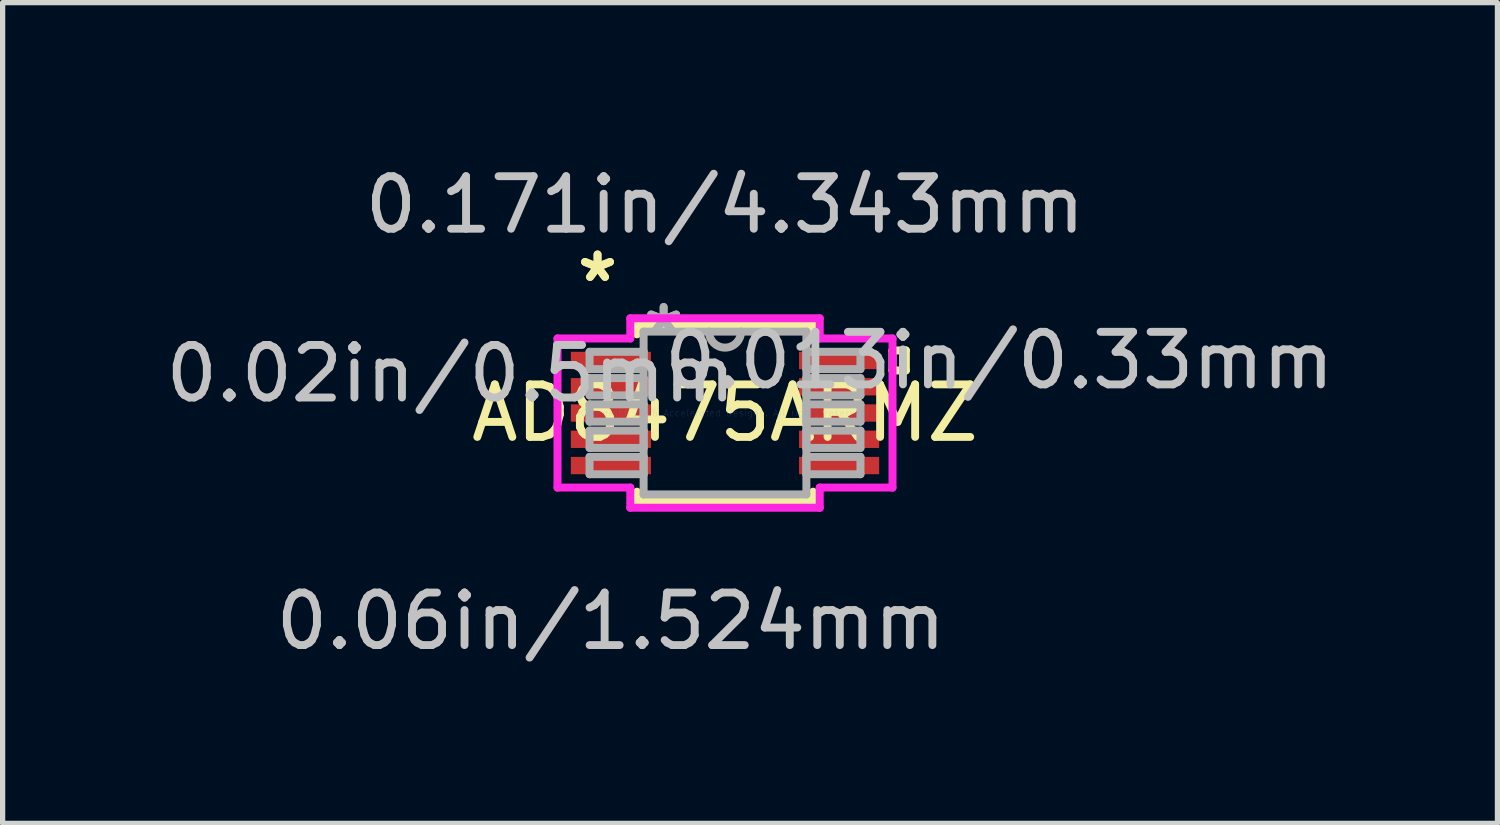
<source format=kicad_pcb>
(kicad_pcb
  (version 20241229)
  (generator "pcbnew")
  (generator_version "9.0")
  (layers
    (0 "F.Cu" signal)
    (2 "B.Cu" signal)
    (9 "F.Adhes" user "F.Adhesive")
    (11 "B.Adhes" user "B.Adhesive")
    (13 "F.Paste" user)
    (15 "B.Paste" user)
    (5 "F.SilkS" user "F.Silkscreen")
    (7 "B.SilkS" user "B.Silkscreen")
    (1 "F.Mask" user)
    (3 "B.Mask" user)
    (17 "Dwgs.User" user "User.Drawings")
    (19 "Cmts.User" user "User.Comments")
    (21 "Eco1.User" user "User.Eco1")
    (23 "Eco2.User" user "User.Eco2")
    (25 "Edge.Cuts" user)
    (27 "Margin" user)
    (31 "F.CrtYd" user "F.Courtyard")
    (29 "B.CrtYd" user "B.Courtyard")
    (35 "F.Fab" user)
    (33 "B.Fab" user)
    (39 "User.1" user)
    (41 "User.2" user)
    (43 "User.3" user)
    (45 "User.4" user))
  (footprint "AD8475ARMZ"
    (layer "F.Cu")
    (at 10.749 4.811)
    (property "Reference" "AD8475ARMZ" (at 0 0 0) (layer "F.SilkS") (effects (font (size 1 1) (thickness 0.15))))
    (attr through_hole)
    (fp_line (start -1.676 -1.676) (end -1.676 -1.498) (stroke (width 0.152) (type solid)) (layer "F.SilkS"))
    (fp_line (start -1.676 1.498) (end -1.676 1.676) (stroke (width 0.152) (type solid)) (layer "F.SilkS"))
    (fp_line (start -1.676 1.676) (end 1.676 1.676) (stroke (width 0.152) (type solid)) (layer "F.SilkS"))
    (fp_line (start 1.676 -1.676) (end -1.676 -1.676) (stroke (width 0.152) (type solid)) (layer "F.SilkS"))
    (fp_line (start 1.676 -1.498) (end 1.676 -1.676) (stroke (width 0.152) (type solid)) (layer "F.SilkS"))
    (fp_line (start 1.676 1.676) (end 1.676 1.498) (stroke (width 0.152) (type solid)) (layer "F.SilkS"))
    (fp_line (start 3.188 -1.191) (end 3.442 -1.191) (stroke (width 0.152) (type solid)) (layer "F.SilkS"))
    (fp_line (start 3.188 -0.81) (end 3.188 -1.191) (stroke (width 0.152) (type solid)) (layer "F.SilkS"))
    (fp_line (start 3.442 -1.191) (end 3.442 -0.81) (stroke (width 0.152) (type solid)) (layer "F.SilkS"))
    (fp_line (start 3.442 -0.81) (end 3.188 -0.81) (stroke (width 0.152) (type solid)) (layer "F.SilkS"))
    (fp_line (start -3.188 -1.419) (end -1.803 -1.419) (stroke (width 0.152) (type solid)) (layer "F.CrtYd"))
    (fp_line (start -3.188 1.419) (end -3.188 -1.419) (stroke (width 0.152) (type solid)) (layer "F.CrtYd"))
    (fp_line (start -1.803 -1.803) (end 1.803 -1.803) (stroke (width 0.152) (type solid)) (layer "F.CrtYd"))
    (fp_line (start -1.803 -1.419) (end -1.803 -1.803) (stroke (width 0.152) (type solid)) (layer "F.CrtYd"))
    (fp_line (start -1.803 1.419) (end -3.188 1.419) (stroke (width 0.152) (type solid)) (layer "F.CrtYd"))
    (fp_line (start -1.803 1.803) (end -1.803 1.419) (stroke (width 0.152) (type solid)) (layer "F.CrtYd"))
    (fp_line (start 1.803 -1.803) (end 1.803 -1.419) (stroke (width 0.152) (type solid)) (layer "F.CrtYd"))
    (fp_line (start 1.803 -1.419) (end 3.188 -1.419) (stroke (width 0.152) (type solid)) (layer "F.CrtYd"))
    (fp_line (start 1.803 1.419) (end 1.803 1.803) (stroke (width 0.152) (type solid)) (layer "F.CrtYd"))
    (fp_line (start 1.803 1.803) (end -1.803 1.803) (stroke (width 0.152) (type solid)) (layer "F.CrtYd"))
    (fp_line (start 3.188 -1.419) (end 3.188 1.419) (stroke (width 0.152) (type solid)) (layer "F.CrtYd"))
    (fp_line (start 3.188 1.419) (end 1.803 1.419) (stroke (width 0.152) (type solid)) (layer "F.CrtYd"))
    (fp_line (start -2.578 -1.165) (end -2.578 -0.835) (stroke (width 0.152) (type solid)) (layer "F.Fab"))
    (fp_line (start -2.578 -0.835) (end -1.549 -0.835) (stroke (width 0.152) (type solid)) (layer "F.Fab"))
    (fp_line (start -2.578 -0.665) (end -2.578 -0.335) (stroke (width 0.152) (type solid)) (layer "F.Fab"))
    (fp_line (start -2.578 -0.335) (end -1.549 -0.335) (stroke (width 0.152) (type solid)) (layer "F.Fab"))
    (fp_line (start -2.578 -0.165) (end -2.578 0.165) (stroke (width 0.152) (type solid)) (layer "F.Fab"))
    (fp_line (start -2.578 0.165) (end -1.549 0.165) (stroke (width 0.152) (type solid)) (layer "F.Fab"))
    (fp_line (start -2.578 0.335) (end -2.578 0.665) (stroke (width 0.152) (type solid)) (layer "F.Fab"))
    (fp_line (start -2.578 0.665) (end -1.549 0.665) (stroke (width 0.152) (type solid)) (layer "F.Fab"))
    (fp_line (start -2.578 0.835) (end -2.578 1.165) (stroke (width 0.152) (type solid)) (layer "F.Fab"))
    (fp_line (start -2.578 1.165) (end -1.549 1.165) (stroke (width 0.152) (type solid)) (layer "F.Fab"))
    (fp_line (start -1.549 -1.549) (end -1.549 1.549) (stroke (width 0.152) (type solid)) (layer "F.Fab"))
    (fp_line (start -1.549 -1.165) (end -2.578 -1.165) (stroke (width 0.152) (type solid)) (layer "F.Fab"))
    (fp_line (start -1.549 -0.835) (end -1.549 -1.165) (stroke (width 0.152) (type solid)) (layer "F.Fab"))
    (fp_line (start -1.549 -0.665) (end -2.578 -0.665) (stroke (width 0.152) (type solid)) (layer "F.Fab"))
    (fp_line (start -1.549 -0.335) (end -1.549 -0.665) (stroke (width 0.152) (type solid)) (layer "F.Fab"))
    (fp_line (start -1.549 -0.165) (end -2.578 -0.165) (stroke (width 0.152) (type solid)) (layer "F.Fab"))
    (fp_line (start -1.549 0.165) (end -1.549 -0.165) (stroke (width 0.152) (type solid)) (layer "F.Fab"))
    (fp_line (start -1.549 0.335) (end -2.578 0.335) (stroke (width 0.152) (type solid)) (layer "F.Fab"))
    (fp_line (start -1.549 0.665) (end -1.549 0.335) (stroke (width 0.152) (type solid)) (layer "F.Fab"))
    (fp_line (start -1.549 0.835) (end -2.578 0.835) (stroke (width 0.152) (type solid)) (layer "F.Fab"))
    (fp_line (start -1.549 1.165) (end -1.549 0.835) (stroke (width 0.152) (type solid)) (layer "F.Fab"))
    (fp_line (start -1.549 1.549) (end 1.549 1.549) (stroke (width 0.152) (type solid)) (layer "F.Fab"))
    (fp_line (start 1.549 -1.549) (end -1.549 -1.549) (stroke (width 0.152) (type solid)) (layer "F.Fab"))
    (fp_line (start 1.549 -1.165) (end 1.549 -0.835) (stroke (width 0.152) (type solid)) (layer "F.Fab"))
    (fp_line (start 1.549 -0.835) (end 2.578 -0.835) (stroke (width 0.152) (type solid)) (layer "F.Fab"))
    (fp_line (start 1.549 -0.665) (end 1.549 -0.335) (stroke (width 0.152) (type solid)) (layer "F.Fab"))
    (fp_line (start 1.549 -0.335) (end 2.578 -0.335) (stroke (width 0.152) (type solid)) (layer "F.Fab"))
    (fp_line (start 1.549 -0.165) (end 1.549 0.165) (stroke (width 0.152) (type solid)) (layer "F.Fab"))
    (fp_line (start 1.549 0.165) (end 2.578 0.165) (stroke (width 0.152) (type solid)) (layer "F.Fab"))
    (fp_line (start 1.549 0.335) (end 1.549 0.665) (stroke (width 0.152) (type solid)) (layer "F.Fab"))
    (fp_line (start 1.549 0.665) (end 2.578 0.665) (stroke (width 0.152) (type solid)) (layer "F.Fab"))
    (fp_line (start 1.549 0.835) (end 1.549 1.165) (stroke (width 0.152) (type solid)) (layer "F.Fab"))
    (fp_line (start 1.549 1.165) (end 2.578 1.165) (stroke (width 0.152) (type solid)) (layer "F.Fab"))
    (fp_line (start 1.549 1.549) (end 1.549 -1.549) (stroke (width 0.152) (type solid)) (layer "F.Fab"))
    (fp_line (start 2.578 -1.165) (end 1.549 -1.165) (stroke (width 0.152) (type solid)) (layer "F.Fab"))
    (fp_line (start 2.578 -0.835) (end 2.578 -1.165) (stroke (width 0.152) (type solid)) (layer "F.Fab"))
    (fp_line (start 2.578 -0.665) (end 1.549 -0.665) (stroke (width 0.152) (type solid)) (layer "F.Fab"))
    (fp_line (start 2.578 -0.335) (end 2.578 -0.665) (stroke (width 0.152) (type solid)) (layer "F.Fab"))
    (fp_line (start 2.578 -0.165) (end 1.549 -0.165) (stroke (width 0.152) (type solid)) (layer "F.Fab"))
    (fp_line (start 2.578 0.165) (end 2.578 -0.165) (stroke (width 0.152) (type solid)) (layer "F.Fab"))
    (fp_line (start 2.578 0.335) (end 1.549 0.335) (stroke (width 0.152) (type solid)) (layer "F.Fab"))
    (fp_line (start 2.578 0.665) (end 2.578 0.335) (stroke (width 0.152) (type solid)) (layer "F.Fab"))
    (fp_line (start 2.578 0.835) (end 1.549 0.835) (stroke (width 0.152) (type solid)) (layer "F.Fab"))
    (fp_line (start 2.578 1.165) (end 2.578 0.835) (stroke (width 0.152) (type solid)) (layer "F.Fab"))
    (fp_arc (start 0.3048 -1.5494) (mid 0 -1.2446) (end -0.3048 -1.5494) (stroke (width 0.1524) (type solid)) (layer "F.Fab"))
    (fp_text user "*" (at -2.426 -2.473 0) (layer "F.SilkS") (effects (font (size 1 1) (thickness 0.15))))
    (fp_text user "*" (at -2.426 -2.473 0) (layer "F.SilkS") (effects (font (size 1 1) (thickness 0.15))))
    (fp_text user "0.06in/1.524mm" (at -2.172 3.962 0) (layer "Dwgs.User") (effects (font (size 1 1) (thickness 0.15))))
    (fp_text user "0.02in/0.5mm" (at -5.22 -0.75 0) (layer "Dwgs.User") (effects (font (size 1 1) (thickness 0.15))))
    (fp_text user "0.013in/0.33mm" (at 5.22 -1 0) (layer "Dwgs.User") (effects (font (size 1 1) (thickness 0.15))))
    (fp_text user "0.171in/4.343mm" (at 0 -3.962 0) (layer "Dwgs.User") (effects (font (size 1 1) (thickness 0.15))))
    (fp_text user "Copyright 2016 Accelerated Designs. All rights reserved." (at 0 0 0) (layer "Cmts.User") (effects (font (size 0.127 0.127) (thickness 0.002))))
    (fp_text user "*" (at -1.168 -1.473 0) (layer "F.Fab") (effects (font (size 1 1) (thickness 0.15))))
    (fp_text user "*" (at -1.168 -1.473 0) (layer "F.Fab") (effects (font (size 1 1) (thickness 0.15))))
    (pad "1" smd rect (at -2.172 -1) (size 1.524 0.33) (layers "F.Cu" "F.Mask" "F.Paste"))
    (pad "2" smd rect (at -2.172 -0.5) (size 1.524 0.33) (layers "F.Cu" "F.Mask" "F.Paste"))
    (pad "3" smd rect (at -2.172 0) (size 1.524 0.33) (layers "F.Cu" "F.Mask" "F.Paste"))
    (pad "4" smd rect (at -2.172 0.5) (size 1.524 0.33) (layers "F.Cu" "F.Mask" "F.Paste"))
    (pad "5" smd rect (at -2.172 1) (size 1.524 0.33) (layers "F.Cu" "F.Mask" "F.Paste"))
    (pad "6" smd rect (at 2.172 1) (size 1.524 0.33) (layers "F.Cu" "F.Mask" "F.Paste"))
    (pad "7" smd rect (at 2.172 0.5) (size 1.524 0.33) (layers "F.Cu" "F.Mask" "F.Paste"))
    (pad "8" smd rect (at 2.172 0) (size 1.524 0.33) (layers "F.Cu" "F.Mask" "F.Paste"))
    (pad "9" smd rect (at 2.172 -0.5) (size 1.524 0.33) (layers "F.Cu" "F.Mask" "F.Paste"))
    (pad "10" smd rect (at 2.172 -1) (size 1.524 0.33) (layers "F.Cu" "F.Mask" "F.Paste")))
  (gr_rect
    (start -3 -3)
    (end 25.451 12.621)
    (stroke (width 0.1) (type default))
    (fill no)
    (layer "Edge.Cuts")))
</source>
